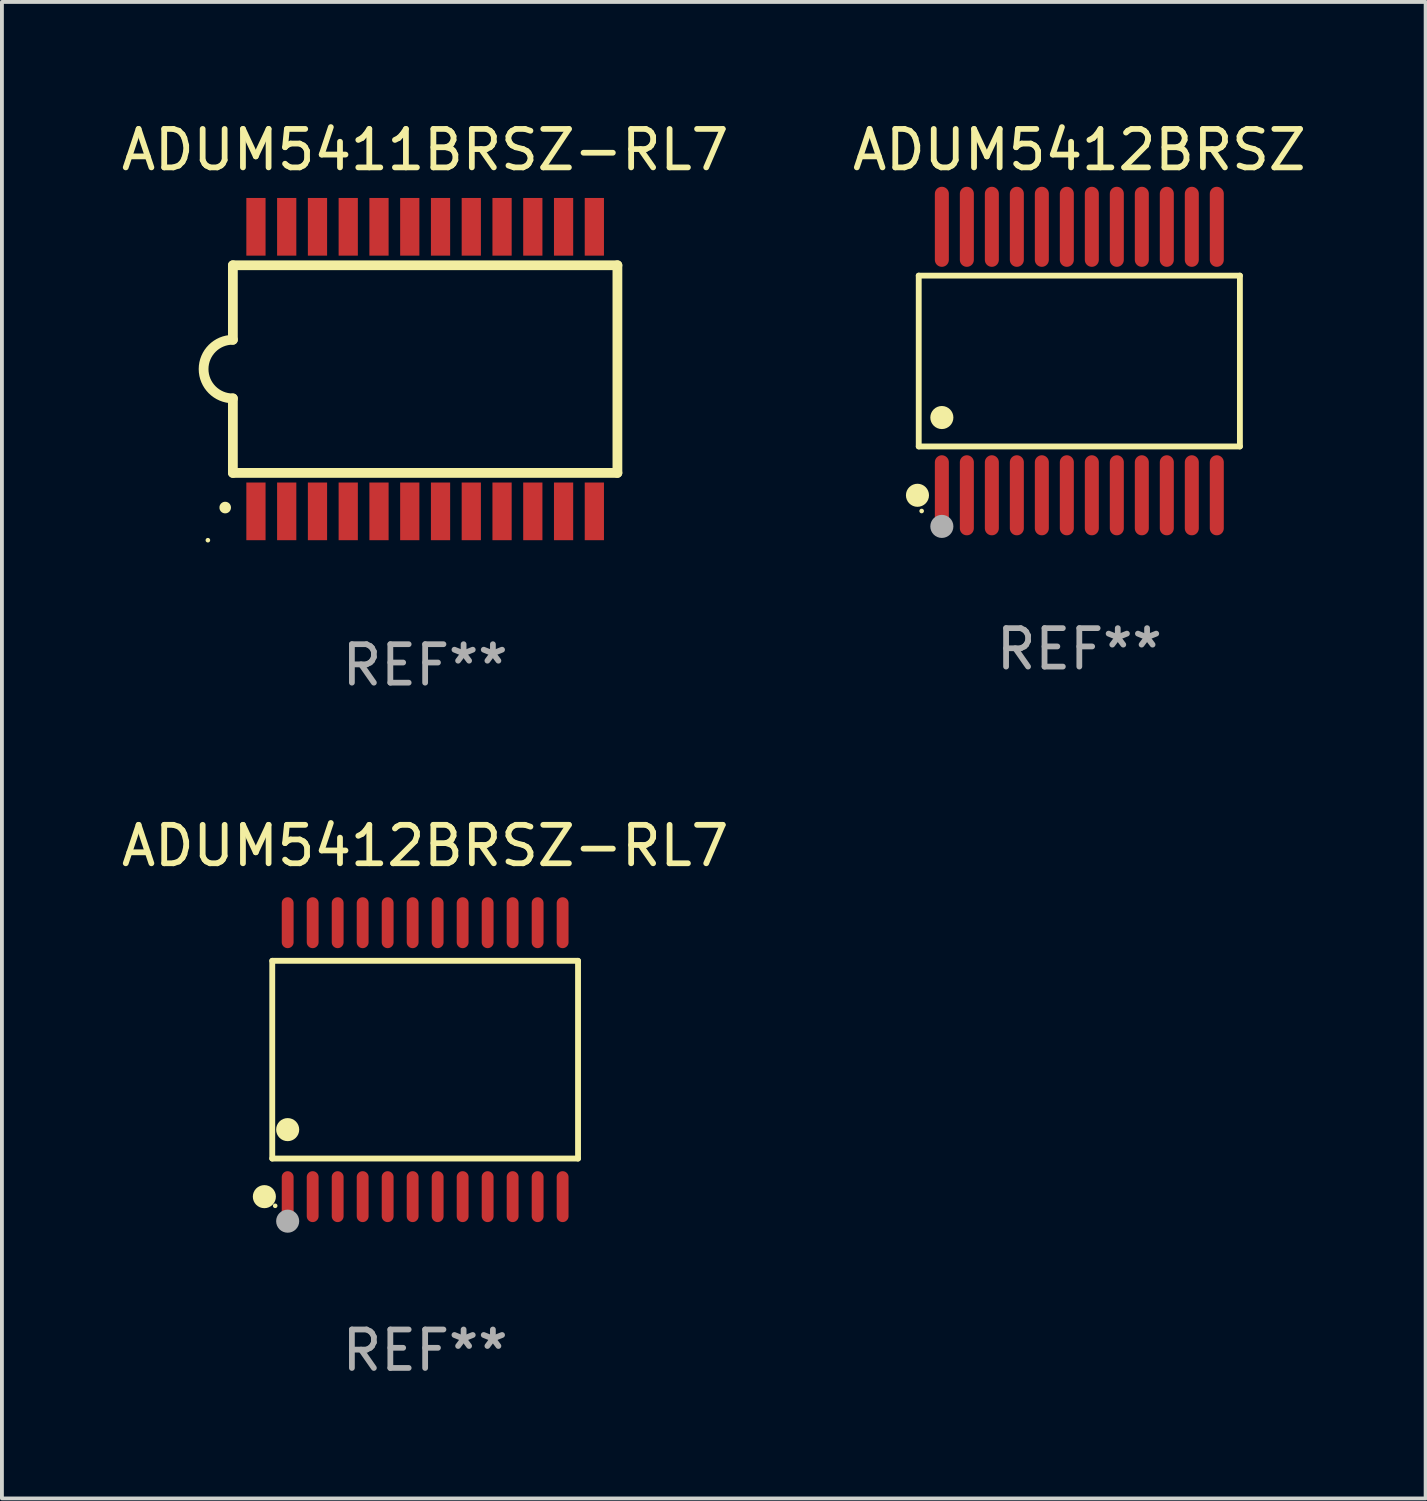
<source format=kicad_pcb>
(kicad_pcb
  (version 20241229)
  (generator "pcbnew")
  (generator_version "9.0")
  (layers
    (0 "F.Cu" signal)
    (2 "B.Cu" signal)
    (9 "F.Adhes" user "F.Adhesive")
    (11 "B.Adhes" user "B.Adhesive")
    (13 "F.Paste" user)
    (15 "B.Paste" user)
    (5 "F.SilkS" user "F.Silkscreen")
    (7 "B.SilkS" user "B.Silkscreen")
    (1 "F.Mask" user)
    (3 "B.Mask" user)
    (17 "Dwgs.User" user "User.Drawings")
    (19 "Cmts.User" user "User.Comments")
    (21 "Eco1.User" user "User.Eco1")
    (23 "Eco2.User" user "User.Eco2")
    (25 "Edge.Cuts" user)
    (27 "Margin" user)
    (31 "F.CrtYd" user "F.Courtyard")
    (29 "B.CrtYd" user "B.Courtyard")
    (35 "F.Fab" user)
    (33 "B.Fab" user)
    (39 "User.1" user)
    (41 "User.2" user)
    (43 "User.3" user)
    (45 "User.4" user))
  (footprint "ADUM5412BRSZ-RL7"
    (layer "F.Cu")
    (at 8.006 24.507)
    (property "Reference" "ADUM5412BRSZ-RL7" (at 0 -5.562 0) (layer "F.SilkS") (effects (font (size 1 1) (thickness 0.15))))
    (attr through_hole)
    (fp_line (start -3.976 -2.571) (end 3.976 -2.571) (stroke (width 0.152) (type solid)) (layer "F.SilkS"))
    (fp_line (start -3.976 2.571) (end -3.976 -2.571) (stroke (width 0.152) (type solid)) (layer "F.SilkS"))
    (fp_line (start 3.976 -2.571) (end 3.976 2.571) (stroke (width 0.152) (type solid)) (layer "F.SilkS"))
    (fp_line (start 3.976 2.571) (end -3.976 2.571) (stroke (width 0.152) (type solid)) (layer "F.SilkS"))
    (fp_circle (center -4.181 3.562) (end -4.031 3.562) (stroke (width 0.3) (type solid)) (fill no) (layer "F.SilkS"))
    (fp_circle (center -3.9 3.8) (end -3.87 3.8) (stroke (width 0.06) (type solid)) (fill no) (layer "F.SilkS"))
    (fp_circle (center -3.575 1.819) (end -3.425 1.819) (stroke (width 0.3) (type solid)) (fill no) (layer "F.SilkS"))
    (fp_circle (center -3.575 4.2) (end -3.425 4.2) (stroke (width 0.3) (type solid)) (fill no) (layer "F.Fab"))
    (fp_text user "REF**" (at 0 7.562 0) (layer "F.Fab") (effects (font (size 1 1) (thickness 0.15))))
    (pad "1" smd oval (at -3.575 3.562) (size 0.308 1.324) (layers "F.Cu" "F.Mask" "F.Paste"))
    (pad "2" smd oval (at -2.925 3.562) (size 0.308 1.324) (layers "F.Cu" "F.Mask" "F.Paste"))
    (pad "3" smd oval (at -2.275 3.562) (size 0.308 1.324) (layers "F.Cu" "F.Mask" "F.Paste"))
    (pad "4" smd oval (at -1.625 3.562) (size 0.308 1.324) (layers "F.Cu" "F.Mask" "F.Paste"))
    (pad "5" smd oval (at -0.975 3.562) (size 0.308 1.324) (layers "F.Cu" "F.Mask" "F.Paste"))
    (pad "6" smd oval (at -0.325 3.562) (size 0.308 1.324) (layers "F.Cu" "F.Mask" "F.Paste"))
    (pad "7" smd oval (at 0.325 3.562) (size 0.308 1.324) (layers "F.Cu" "F.Mask" "F.Paste"))
    (pad "8" smd oval (at 0.975 3.562) (size 0.308 1.324) (layers "F.Cu" "F.Mask" "F.Paste"))
    (pad "9" smd oval (at 1.625 3.562) (size 0.308 1.324) (layers "F.Cu" "F.Mask" "F.Paste"))
    (pad "10" smd oval (at 2.275 3.562) (size 0.308 1.324) (layers "F.Cu" "F.Mask" "F.Paste"))
    (pad "11" smd oval (at 2.925 3.562) (size 0.308 1.324) (layers "F.Cu" "F.Mask" "F.Paste"))
    (pad "12" smd oval (at 3.575 3.562) (size 0.308 1.324) (layers "F.Cu" "F.Mask" "F.Paste"))
    (pad "13" smd oval (at 3.575 -3.562) (size 0.308 1.324) (layers "F.Cu" "F.Mask" "F.Paste"))
    (pad "14" smd oval (at 2.925 -3.562) (size 0.308 1.324) (layers "F.Cu" "F.Mask" "F.Paste"))
    (pad "15" smd oval (at 2.275 -3.562) (size 0.308 1.324) (layers "F.Cu" "F.Mask" "F.Paste"))
    (pad "16" smd oval (at 1.625 -3.562) (size 0.308 1.324) (layers "F.Cu" "F.Mask" "F.Paste"))
    (pad "17" smd oval (at 0.975 -3.562) (size 0.308 1.324) (layers "F.Cu" "F.Mask" "F.Paste"))
    (pad "18" smd oval (at 0.325 -3.562) (size 0.308 1.324) (layers "F.Cu" "F.Mask" "F.Paste"))
    (pad "19" smd oval (at -0.325 -3.562) (size 0.308 1.324) (layers "F.Cu" "F.Mask" "F.Paste"))
    (pad "20" smd oval (at -0.975 -3.562) (size 0.308 1.324) (layers "F.Cu" "F.Mask" "F.Paste"))
    (pad "21" smd oval (at -1.625 -3.562) (size 0.308 1.324) (layers "F.Cu" "F.Mask" "F.Paste"))
    (pad "22" smd oval (at -2.275 -3.562) (size 0.308 1.324) (layers "F.Cu" "F.Mask" "F.Paste"))
    (pad "23" smd oval (at -2.925 -3.562) (size 0.308 1.324) (layers "F.Cu" "F.Mask" "F.Paste"))
    (pad "24" smd oval (at -3.575 -3.562) (size 0.308 1.324) (layers "F.Cu" "F.Mask" "F.Paste")))
  (footprint "ADUM5412BRSZ"
    (layer "F.Cu")
    (at 25.018 6.339)
    (property "Reference" "ADUM5412BRSZ" (at 0 -5.491 0) (layer "F.SilkS") (effects (font (size 1 1) (thickness 0.15))))
    (attr through_hole)
    (fp_line (start -4.176 -2.221) (end 4.176 -2.221) (stroke (width 0.152) (type solid)) (layer "F.SilkS"))
    (fp_line (start -4.176 2.221) (end -4.176 -2.221) (stroke (width 0.152) (type solid)) (layer "F.SilkS"))
    (fp_line (start 4.176 -2.221) (end 4.176 2.221) (stroke (width 0.152) (type solid)) (layer "F.SilkS"))
    (fp_line (start 4.176 2.221) (end -4.176 2.221) (stroke (width 0.152) (type solid)) (layer "F.SilkS"))
    (fp_circle (center -4.209 3.491) (end -4.059 3.491) (stroke (width 0.3) (type solid)) (fill no) (layer "F.SilkS"))
    (fp_circle (center -4.1 3.9) (end -4.07 3.9) (stroke (width 0.06) (type solid)) (fill no) (layer "F.SilkS"))
    (fp_circle (center -3.575 1.469) (end -3.425 1.469) (stroke (width 0.3) (type solid)) (fill no) (layer "F.SilkS"))
    (fp_circle (center -3.575 4.3) (end -3.425 4.3) (stroke (width 0.3) (type solid)) (fill no) (layer "F.Fab"))
    (fp_text user "REF**" (at 0 7.491 0) (layer "F.Fab") (effects (font (size 1 1) (thickness 0.15))))
    (pad "1" smd oval (at -3.575 3.491) (size 0.364 2.082) (layers "F.Cu" "F.Mask" "F.Paste"))
    (pad "2" smd oval (at -2.925 3.491) (size 0.364 2.082) (layers "F.Cu" "F.Mask" "F.Paste"))
    (pad "3" smd oval (at -2.275 3.491) (size 0.364 2.082) (layers "F.Cu" "F.Mask" "F.Paste"))
    (pad "4" smd oval (at -1.625 3.491) (size 0.364 2.082) (layers "F.Cu" "F.Mask" "F.Paste"))
    (pad "5" smd oval (at -0.975 3.491) (size 0.364 2.082) (layers "F.Cu" "F.Mask" "F.Paste"))
    (pad "6" smd oval (at -0.325 3.491) (size 0.364 2.082) (layers "F.Cu" "F.Mask" "F.Paste"))
    (pad "7" smd oval (at 0.325 3.491) (size 0.364 2.082) (layers "F.Cu" "F.Mask" "F.Paste"))
    (pad "8" smd oval (at 0.975 3.491) (size 0.364 2.082) (layers "F.Cu" "F.Mask" "F.Paste"))
    (pad "9" smd oval (at 1.625 3.491) (size 0.364 2.082) (layers "F.Cu" "F.Mask" "F.Paste"))
    (pad "10" smd oval (at 2.275 3.491) (size 0.364 2.082) (layers "F.Cu" "F.Mask" "F.Paste"))
    (pad "11" smd oval (at 2.925 3.491) (size 0.364 2.082) (layers "F.Cu" "F.Mask" "F.Paste"))
    (pad "12" smd oval (at 3.575 3.491) (size 0.364 2.082) (layers "F.Cu" "F.Mask" "F.Paste"))
    (pad "13" smd oval (at 3.575 -3.491) (size 0.364 2.082) (layers "F.Cu" "F.Mask" "F.Paste"))
    (pad "14" smd oval (at 2.925 -3.491) (size 0.364 2.082) (layers "F.Cu" "F.Mask" "F.Paste"))
    (pad "15" smd oval (at 2.275 -3.491) (size 0.364 2.082) (layers "F.Cu" "F.Mask" "F.Paste"))
    (pad "16" smd oval (at 1.625 -3.491) (size 0.364 2.082) (layers "F.Cu" "F.Mask" "F.Paste"))
    (pad "17" smd oval (at 0.975 -3.491) (size 0.364 2.082) (layers "F.Cu" "F.Mask" "F.Paste"))
    (pad "18" smd oval (at 0.325 -3.491) (size 0.364 2.082) (layers "F.Cu" "F.Mask" "F.Paste"))
    (pad "19" smd oval (at -0.325 -3.491) (size 0.364 2.082) (layers "F.Cu" "F.Mask" "F.Paste"))
    (pad "20" smd oval (at -0.975 -3.491) (size 0.364 2.082) (layers "F.Cu" "F.Mask" "F.Paste"))
    (pad "21" smd oval (at -1.625 -3.491) (size 0.364 2.082) (layers "F.Cu" "F.Mask" "F.Paste"))
    (pad "22" smd oval (at -2.275 -3.491) (size 0.364 2.082) (layers "F.Cu" "F.Mask" "F.Paste"))
    (pad "23" smd oval (at -2.925 -3.491) (size 0.364 2.082) (layers "F.Cu" "F.Mask" "F.Paste"))
    (pad "24" smd oval (at -3.575 -3.491) (size 0.364 2.082) (layers "F.Cu" "F.Mask" "F.Paste")))
  (footprint "ADUM5411BRSZ-RL7"
    (layer "F.Cu")
    (at 8.006 6.548)
    (property "Reference" "ADUM5411BRSZ-RL7" (at 0 -5.7 0) (layer "F.SilkS") (effects (font (size 1 1) (thickness 0.15))))
    (attr through_hole)
    (fp_line (start -5 -2.7) (end -5 -0.762) (stroke (width 0.254) (type solid)) (layer "F.SilkS"))
    (fp_line (start -5 -2.7) (end 5 -2.7) (stroke (width 0.254) (type solid)) (layer "F.SilkS"))
    (fp_line (start -5 0.762) (end -5 2.7) (stroke (width 0.254) (type solid)) (layer "F.SilkS"))
    (fp_line (start 5 -2.7) (end 5 2.7) (stroke (width 0.254) (type solid)) (layer "F.SilkS"))
    (fp_line (start 5 2.7) (end -5 2.7) (stroke (width 0.254) (type solid)) (layer "F.SilkS"))
    (fp_arc (start -5.199657 3.60254) (mid -5.199662 3.60127) (end -5.199657 3.6) (stroke (width 0.3) (type solid)) (layer "F.SilkS"))
    (fp_arc (start -4.999632 0.762027) (mid -5.761634 0.000025) (end -4.999632 -0.761977) (stroke (width 0.254001) (type solid)) (layer "F.SilkS"))
    (fp_circle (center -5.65 4.45) (end -5.62 4.45) (stroke (width 0.06) (type solid)) (fill no) (layer "F.SilkS"))
    (fp_text user "REF**" (at 0 7.7 0) (layer "F.Fab") (effects (font (size 1 1) (thickness 0.15))))
    (pad "1" smd rect (at -4.4 3.7) (size 0.5 1.5) (layers "F.Cu" "F.Mask" "F.Paste"))
    (pad "2" smd rect (at -3.6 3.7) (size 0.5 1.5) (layers "F.Cu" "F.Mask" "F.Paste"))
    (pad "3" smd rect (at -2.8 3.7) (size 0.5 1.5) (layers "F.Cu" "F.Mask" "F.Paste"))
    (pad "4" smd rect (at -2 3.7) (size 0.5 1.5) (layers "F.Cu" "F.Mask" "F.Paste"))
    (pad "5" smd rect (at -1.2 3.7) (size 0.5 1.5) (layers "F.Cu" "F.Mask" "F.Paste"))
    (pad "6" smd rect (at -0.4 3.7) (size 0.5 1.5) (layers "F.Cu" "F.Mask" "F.Paste"))
    (pad "7" smd rect (at 0.4 3.7) (size 0.5 1.5) (layers "F.Cu" "F.Mask" "F.Paste"))
    (pad "8" smd rect (at 1.2 3.7) (size 0.5 1.5) (layers "F.Cu" "F.Mask" "F.Paste"))
    (pad "9" smd rect (at 2 3.7) (size 0.5 1.5) (layers "F.Cu" "F.Mask" "F.Paste"))
    (pad "10" smd rect (at 2.8 3.7) (size 0.5 1.5) (layers "F.Cu" "F.Mask" "F.Paste"))
    (pad "11" smd rect (at 3.6 3.7) (size 0.5 1.5) (layers "F.Cu" "F.Mask" "F.Paste"))
    (pad "12" smd rect (at 4.4 3.7) (size 0.5 1.5) (layers "F.Cu" "F.Mask" "F.Paste"))
    (pad "13" smd rect (at 4.4 -3.7) (size 0.5 1.5) (layers "F.Cu" "F.Mask" "F.Paste"))
    (pad "14" smd rect (at 3.6 -3.7) (size 0.5 1.5) (layers "F.Cu" "F.Mask" "F.Paste"))
    (pad "15" smd rect (at 2.8 -3.7) (size 0.5 1.5) (layers "F.Cu" "F.Mask" "F.Paste"))
    (pad "16" smd rect (at 2 -3.7) (size 0.5 1.5) (layers "F.Cu" "F.Mask" "F.Paste"))
    (pad "17" smd rect (at 1.2 -3.7) (size 0.5 1.5) (layers "F.Cu" "F.Mask" "F.Paste"))
    (pad "18" smd rect (at 0.4 -3.7) (size 0.5 1.5) (layers "F.Cu" "F.Mask" "F.Paste"))
    (pad "19" smd rect (at -0.4 -3.7) (size 0.5 1.5) (layers "F.Cu" "F.Mask" "F.Paste"))
    (pad "20" smd rect (at -1.2 -3.7) (size 0.5 1.5) (layers "F.Cu" "F.Mask" "F.Paste"))
    (pad "21" smd rect (at -2 -3.7) (size 0.5 1.5) (layers "F.Cu" "F.Mask" "F.Paste"))
    (pad "22" smd rect (at -2.8 -3.7) (size 0.5 1.5) (layers "F.Cu" "F.Mask" "F.Paste"))
    (pad "23" smd rect (at -3.6 -3.7) (size 0.5 1.5) (layers "F.Cu" "F.Mask" "F.Paste"))
    (pad "24" smd rect (at -4.4 -3.7) (size 0.5 1.5) (layers "F.Cu" "F.Mask" "F.Paste")))
  (gr_rect
    (start -3 -3)
    (end 34.024 35.917)
    (stroke (width 0.1) (type default))
    (fill no)
    (layer "Edge.Cuts")))
</source>
